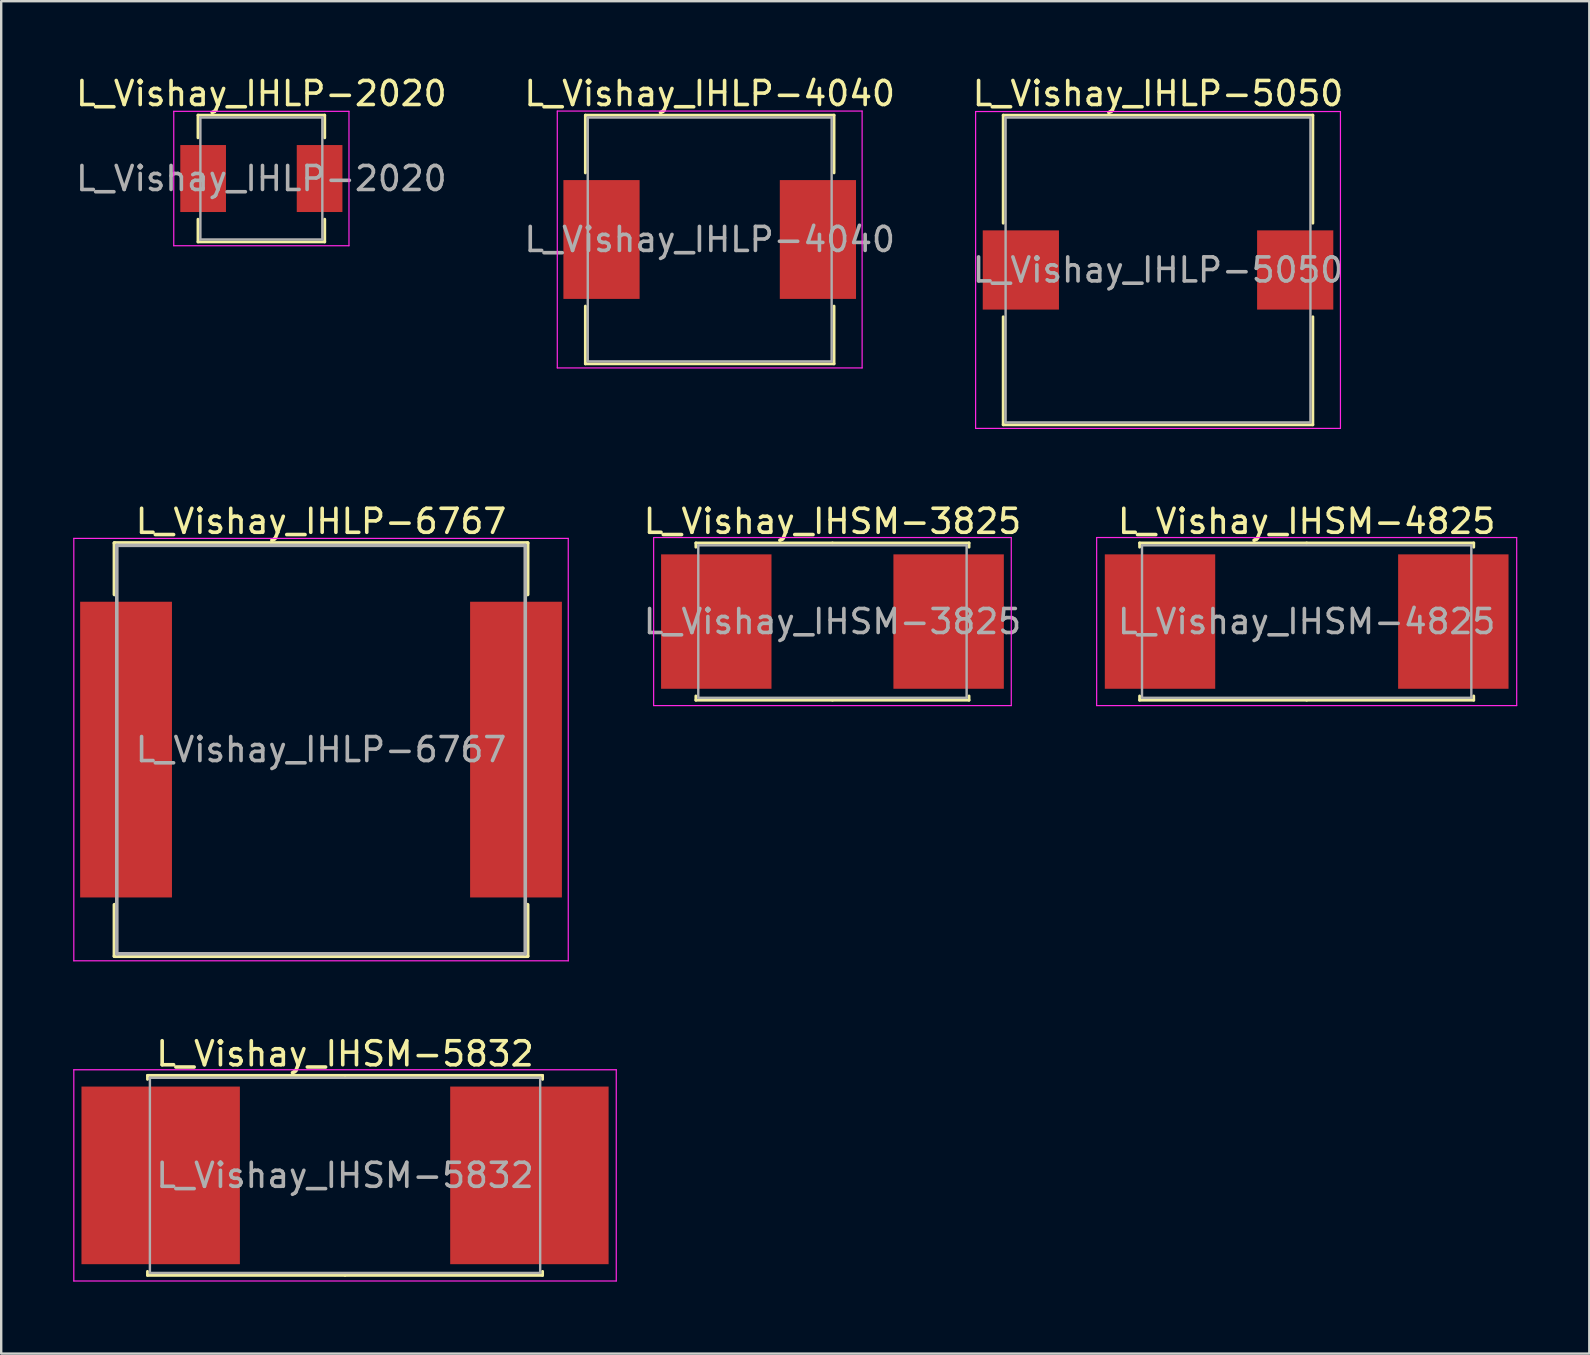
<source format=kicad_pcb>
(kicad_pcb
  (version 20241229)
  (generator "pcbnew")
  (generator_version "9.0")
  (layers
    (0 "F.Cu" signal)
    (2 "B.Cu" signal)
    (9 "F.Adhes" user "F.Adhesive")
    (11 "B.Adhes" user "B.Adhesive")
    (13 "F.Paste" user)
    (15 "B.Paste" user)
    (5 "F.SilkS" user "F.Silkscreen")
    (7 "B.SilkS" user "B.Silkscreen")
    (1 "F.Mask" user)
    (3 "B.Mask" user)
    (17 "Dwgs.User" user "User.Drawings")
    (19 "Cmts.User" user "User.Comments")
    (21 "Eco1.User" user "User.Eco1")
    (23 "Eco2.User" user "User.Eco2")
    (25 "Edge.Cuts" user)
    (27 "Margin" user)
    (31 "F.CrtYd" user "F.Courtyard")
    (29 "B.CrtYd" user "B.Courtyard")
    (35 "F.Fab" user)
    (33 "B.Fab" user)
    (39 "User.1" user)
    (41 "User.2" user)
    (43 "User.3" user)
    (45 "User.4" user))
  (footprint "L_Vishay_IHLP-6767"
    (layer "F.Cu")
    (at 10.325 28.18)
    (property "Reference" "L_Vishay_IHLP-6767" (at 0 -9.509 0) (layer "F.SilkS") (effects (font (size 1 1) (thickness 0.15))))
    (attr smd)
    (fp_line (start -8.609 -8.609) (end 8.609 -8.609) (stroke (width 0.15) (type solid)) (layer "F.SilkS"))
    (fp_line (start -8.609 -6.46) (end -8.609 -8.609) (stroke (width 0.15) (type solid)) (layer "F.SilkS"))
    (fp_line (start -8.609 6.46) (end -8.609 8.609) (stroke (width 0.15) (type solid)) (layer "F.SilkS"))
    (fp_line (start -8.609 8.609) (end 8.609 8.609) (stroke (width 0.15) (type solid)) (layer "F.SilkS"))
    (fp_line (start 8.609 -8.609) (end 8.609 -6.46) (stroke (width 0.15) (type solid)) (layer "F.SilkS"))
    (fp_line (start 8.609 8.609) (end 8.609 6.46) (stroke (width 0.15) (type solid)) (layer "F.SilkS"))
    (fp_line (start -10.3 -8.8) (end -10.3 8.8) (stroke (width 0.05) (type solid)) (layer "F.CrtYd"))
    (fp_line (start -10.3 8.8) (end 10.3 8.8) (stroke (width 0.05) (type solid)) (layer "F.CrtYd"))
    (fp_line (start 10.3 -8.8) (end -10.3 -8.8) (stroke (width 0.05) (type solid)) (layer "F.CrtYd"))
    (fp_line (start 10.3 8.8) (end 10.3 -8.8) (stroke (width 0.05) (type solid)) (layer "F.CrtYd"))
    (fp_line (start -8.509 -8.509) (end -8.509 8.509) (stroke (width 0.15) (type solid)) (layer "F.Fab"))
    (fp_line (start -8.509 8.509) (end 8.509 8.509) (stroke (width 0.15) (type solid)) (layer "F.Fab"))
    (fp_line (start 8.509 -8.509) (end -8.509 -8.509) (stroke (width 0.15) (type solid)) (layer "F.Fab"))
    (fp_line (start 8.509 8.509) (end 8.509 -8.509) (stroke (width 0.15) (type solid)) (layer "F.Fab"))
    (fp_text user "${REFERENCE}" (at 0 0 0) (layer "F.Fab") (effects (font (size 1 1) (thickness 0.15))))
    (pad "1" smd rect (at -8.123 0) (size 3.825 12.32) (layers "F.Cu" "F.Mask" "F.Paste"))
    (pad "2" smd rect (at 8.123 0) (size 3.825 12.32) (layers "F.Cu" "F.Mask" "F.Paste")))
  (footprint "L_Vishay_IHLP-4040"
    (layer "F.Cu")
    (at 26.518 6.928)
    (property "Reference" "L_Vishay_IHLP-4040" (at 0 -6.08 0) (layer "F.SilkS") (effects (font (size 1 1) (thickness 0.15))))
    (attr smd)
    (fp_line (start -5.18 -5.18) (end 5.18 -5.18) (stroke (width 0.12) (type solid)) (layer "F.SilkS"))
    (fp_line (start -5.18 -2.775) (end -5.18 -5.18) (stroke (width 0.12) (type solid)) (layer "F.SilkS"))
    (fp_line (start -5.18 2.775) (end -5.18 5.18) (stroke (width 0.12) (type solid)) (layer "F.SilkS"))
    (fp_line (start -5.18 5.18) (end 5.18 5.18) (stroke (width 0.12) (type solid)) (layer "F.SilkS"))
    (fp_line (start 5.18 -5.18) (end 5.18 -2.775) (stroke (width 0.12) (type solid)) (layer "F.SilkS"))
    (fp_line (start 5.18 5.18) (end 5.18 2.775) (stroke (width 0.12) (type solid)) (layer "F.SilkS"))
    (fp_line (start -6.35 -5.35) (end -6.35 5.35) (stroke (width 0.05) (type solid)) (layer "F.CrtYd"))
    (fp_line (start -6.35 5.35) (end 6.35 5.35) (stroke (width 0.05) (type solid)) (layer "F.CrtYd"))
    (fp_line (start 6.35 -5.35) (end -6.35 -5.35) (stroke (width 0.05) (type solid)) (layer "F.CrtYd"))
    (fp_line (start 6.35 5.35) (end 6.35 -5.35) (stroke (width 0.05) (type solid)) (layer "F.CrtYd"))
    (fp_line (start -5.08 -5.08) (end -5.08 5.08) (stroke (width 0.1) (type solid)) (layer "F.Fab"))
    (fp_line (start -5.08 5.08) (end 5.08 5.08) (stroke (width 0.1) (type solid)) (layer "F.Fab"))
    (fp_line (start 5.08 -5.08) (end -5.08 -5.08) (stroke (width 0.1) (type solid)) (layer "F.Fab"))
    (fp_line (start 5.08 5.08) (end 5.08 -5.08) (stroke (width 0.1) (type solid)) (layer "F.Fab"))
    (fp_text user "${REFERENCE}" (at 0 0 0) (layer "F.Fab") (effects (font (size 1 1) (thickness 0.15))))
    (pad "1" smd rect (at -4.508 0) (size 3.175 4.95) (layers "F.Cu" "F.Mask" "F.Paste"))
    (pad "2" smd rect (at 4.508 0) (size 3.175 4.95) (layers "F.Cu" "F.Mask" "F.Paste")))
  (footprint "L_Vishay_IHSM-5832"
    (layer "F.Cu")
    (at 11.325 45.919)
    (property "Reference" "L_Vishay_IHSM-5832" (at 0 -5.065 0) (layer "F.SilkS") (effects (font (size 1 1) (thickness 0.15))))
    (attr smd)
    (fp_line (start -8.23 -4.165) (end 0 -4.165) (stroke (width 0.12) (type solid)) (layer "F.SilkS"))
    (fp_line (start -8.23 -4) (end -8.23 -4.165) (stroke (width 0.12) (type solid)) (layer "F.SilkS"))
    (fp_line (start -8.23 4) (end -8.23 4.165) (stroke (width 0.12) (type solid)) (layer "F.SilkS"))
    (fp_line (start -8.23 4.165) (end 0 4.165) (stroke (width 0.12) (type solid)) (layer "F.SilkS"))
    (fp_line (start 8.23 -4.165) (end 0 -4.165) (stroke (width 0.12) (type solid)) (layer "F.SilkS"))
    (fp_line (start 8.23 -4) (end 8.23 -4.165) (stroke (width 0.12) (type solid)) (layer "F.SilkS"))
    (fp_line (start 8.23 4) (end 8.23 4.165) (stroke (width 0.12) (type solid)) (layer "F.SilkS"))
    (fp_line (start 8.23 4.165) (end 0 4.165) (stroke (width 0.12) (type solid)) (layer "F.SilkS"))
    (fp_line (start -11.3 -4.4) (end -11.3 4.4) (stroke (width 0.05) (type solid)) (layer "F.CrtYd"))
    (fp_line (start -11.3 4.4) (end 11.3 4.4) (stroke (width 0.05) (type solid)) (layer "F.CrtYd"))
    (fp_line (start 11.3 -4.4) (end -11.3 -4.4) (stroke (width 0.05) (type solid)) (layer "F.CrtYd"))
    (fp_line (start 11.3 4.4) (end 11.3 -4.4) (stroke (width 0.05) (type solid)) (layer "F.CrtYd"))
    (fp_line (start -8.13 -4.065) (end -8.13 4.065) (stroke (width 0.1) (type solid)) (layer "F.Fab"))
    (fp_line (start -8.13 4.065) (end 8.13 4.065) (stroke (width 0.1) (type solid)) (layer "F.Fab"))
    (fp_line (start 8.13 -4.065) (end -8.13 -4.065) (stroke (width 0.1) (type solid)) (layer "F.Fab"))
    (fp_line (start 8.13 4.065) (end 8.13 -4.065) (stroke (width 0.1) (type solid)) (layer "F.Fab"))
    (fp_text user "${REFERENCE}" (at 0 0 0) (layer "F.Fab") (effects (font (size 1 1) (thickness 0.15))))
    (pad "1" smd rect (at -7.681 0) (size 6.6 7.4) (layers "F.Cu" "F.Mask" "F.Paste"))
    (pad "2" smd rect (at 7.681 0) (size 6.6 7.4) (layers "F.Cu" "F.Mask" "F.Paste")))
  (footprint "L_Vishay_IHLP-5050"
    (layer "F.Cu")
    (at 45.196 8.198)
    (property "Reference" "L_Vishay_IHLP-5050" (at 0 -7.35 0) (layer "F.SilkS") (effects (font (size 1 1) (thickness 0.15))))
    (attr smd)
    (fp_line (start -6.45 -6.45) (end 6.45 -6.45) (stroke (width 0.12) (type solid)) (layer "F.SilkS"))
    (fp_line (start -6.45 -1.95) (end -6.45 -6.45) (stroke (width 0.12) (type solid)) (layer "F.SilkS"))
    (fp_line (start -6.45 1.95) (end -6.45 6.45) (stroke (width 0.12) (type solid)) (layer "F.SilkS"))
    (fp_line (start -6.45 6.45) (end 6.45 6.45) (stroke (width 0.12) (type solid)) (layer "F.SilkS"))
    (fp_line (start 6.45 -6.45) (end 6.45 -1.95) (stroke (width 0.12) (type solid)) (layer "F.SilkS"))
    (fp_line (start 6.45 6.45) (end 6.45 1.95) (stroke (width 0.12) (type solid)) (layer "F.SilkS"))
    (fp_line (start -7.6 -6.6) (end -7.6 6.6) (stroke (width 0.05) (type solid)) (layer "F.CrtYd"))
    (fp_line (start -7.6 6.6) (end 7.6 6.6) (stroke (width 0.05) (type solid)) (layer "F.CrtYd"))
    (fp_line (start 7.6 -6.6) (end -7.6 -6.6) (stroke (width 0.05) (type solid)) (layer "F.CrtYd"))
    (fp_line (start 7.6 6.6) (end 7.6 -6.6) (stroke (width 0.05) (type solid)) (layer "F.CrtYd"))
    (fp_line (start -6.35 -6.35) (end -6.35 6.35) (stroke (width 0.1) (type solid)) (layer "F.Fab"))
    (fp_line (start -6.35 6.35) (end 6.35 6.35) (stroke (width 0.1) (type solid)) (layer "F.Fab"))
    (fp_line (start 6.35 -6.35) (end -6.35 -6.35) (stroke (width 0.1) (type solid)) (layer "F.Fab"))
    (fp_line (start 6.35 6.35) (end 6.35 -6.35) (stroke (width 0.1) (type solid)) (layer "F.Fab"))
    (fp_text user "${REFERENCE}" (at 0 0 0) (layer "F.Fab") (effects (font (size 1 1) (thickness 0.15))))
    (pad "1" smd rect (at -5.715 0) (size 3.175 3.3) (layers "F.Cu" "F.Mask" "F.Paste"))
    (pad "2" smd rect (at 5.715 0) (size 3.175 3.3) (layers "F.Cu" "F.Mask" "F.Paste")))
  (footprint "L_Vishay_IHSM-4825"
    (layer "F.Cu")
    (at 51.389 22.846)
    (property "Reference" "L_Vishay_IHSM-4825" (at 0 -4.175 0) (layer "F.SilkS") (effects (font (size 1 1) (thickness 0.15))))
    (attr smd)
    (fp_line (start -6.96 -3.275) (end 0 -3.275) (stroke (width 0.12) (type solid)) (layer "F.SilkS"))
    (fp_line (start -6.96 -3.1) (end -6.96 -3.275) (stroke (width 0.12) (type solid)) (layer "F.SilkS"))
    (fp_line (start -6.96 3.1) (end -6.96 3.275) (stroke (width 0.12) (type solid)) (layer "F.SilkS"))
    (fp_line (start -6.96 3.275) (end 0 3.275) (stroke (width 0.12) (type solid)) (layer "F.SilkS"))
    (fp_line (start 6.96 -3.275) (end 0 -3.275) (stroke (width 0.12) (type solid)) (layer "F.SilkS"))
    (fp_line (start 6.96 -3.1) (end 6.96 -3.275) (stroke (width 0.12) (type solid)) (layer "F.SilkS"))
    (fp_line (start 6.96 3.1) (end 6.96 3.275) (stroke (width 0.12) (type solid)) (layer "F.SilkS"))
    (fp_line (start 6.96 3.275) (end 0 3.275) (stroke (width 0.12) (type solid)) (layer "F.SilkS"))
    (fp_line (start -8.75 -3.5) (end -8.75 3.5) (stroke (width 0.05) (type solid)) (layer "F.CrtYd"))
    (fp_line (start -8.75 3.5) (end 8.75 3.5) (stroke (width 0.05) (type solid)) (layer "F.CrtYd"))
    (fp_line (start 8.75 -3.5) (end -8.75 -3.5) (stroke (width 0.05) (type solid)) (layer "F.CrtYd"))
    (fp_line (start 8.75 3.5) (end 8.75 -3.5) (stroke (width 0.05) (type solid)) (layer "F.CrtYd"))
    (fp_line (start -6.86 -3.175) (end -6.86 3.175) (stroke (width 0.1) (type solid)) (layer "F.Fab"))
    (fp_line (start -6.86 3.175) (end 6.86 3.175) (stroke (width 0.1) (type solid)) (layer "F.Fab"))
    (fp_line (start 6.86 -3.175) (end -6.86 -3.175) (stroke (width 0.1) (type solid)) (layer "F.Fab"))
    (fp_line (start 6.86 3.175) (end 6.86 -3.175) (stroke (width 0.1) (type solid)) (layer "F.Fab"))
    (fp_text user "${REFERENCE}" (at 0 0 0) (layer "F.Fab") (effects (font (size 1 1) (thickness 0.15))))
    (pad "1" smd rect (at -6.11 0) (size 4.6 5.6) (layers "F.Cu" "F.Mask" "F.Paste"))
    (pad "2" smd rect (at 6.11 0) (size 4.6 5.6) (layers "F.Cu" "F.Mask" "F.Paste")))
  (footprint "L_Vishay_IHSM-3825"
    (layer "F.Cu")
    (at 31.632 22.846)
    (property "Reference" "L_Vishay_IHSM-3825" (at 0 -4.175 0) (layer "F.SilkS") (effects (font (size 1 1) (thickness 0.15))))
    (attr smd)
    (fp_line (start -5.69 -3.275) (end 0 -3.275) (stroke (width 0.12) (type solid)) (layer "F.SilkS"))
    (fp_line (start -5.69 -3.1) (end -5.69 -3.275) (stroke (width 0.12) (type solid)) (layer "F.SilkS"))
    (fp_line (start -5.69 3.1) (end -5.69 3.275) (stroke (width 0.12) (type solid)) (layer "F.SilkS"))
    (fp_line (start -5.69 3.275) (end 0 3.275) (stroke (width 0.12) (type solid)) (layer "F.SilkS"))
    (fp_line (start 5.69 -3.275) (end 0 -3.275) (stroke (width 0.12) (type solid)) (layer "F.SilkS"))
    (fp_line (start 5.69 -3.1) (end 5.69 -3.275) (stroke (width 0.12) (type solid)) (layer "F.SilkS"))
    (fp_line (start 5.69 3.1) (end 5.69 3.275) (stroke (width 0.12) (type solid)) (layer "F.SilkS"))
    (fp_line (start 5.69 3.275) (end 0 3.275) (stroke (width 0.12) (type solid)) (layer "F.SilkS"))
    (fp_line (start -7.45 -3.5) (end -7.45 3.5) (stroke (width 0.05) (type solid)) (layer "F.CrtYd"))
    (fp_line (start -7.45 3.5) (end 7.45 3.5) (stroke (width 0.05) (type solid)) (layer "F.CrtYd"))
    (fp_line (start 7.45 -3.5) (end -7.45 -3.5) (stroke (width 0.05) (type solid)) (layer "F.CrtYd"))
    (fp_line (start 7.45 3.5) (end 7.45 -3.5) (stroke (width 0.05) (type solid)) (layer "F.CrtYd"))
    (fp_line (start -5.59 -3.175) (end -5.59 3.175) (stroke (width 0.1) (type solid)) (layer "F.Fab"))
    (fp_line (start -5.59 3.175) (end 5.59 3.175) (stroke (width 0.1) (type solid)) (layer "F.Fab"))
    (fp_line (start 5.59 -3.175) (end -5.59 -3.175) (stroke (width 0.1) (type solid)) (layer "F.Fab"))
    (fp_line (start 5.59 3.175) (end 5.59 -3.175) (stroke (width 0.1) (type solid)) (layer "F.Fab"))
    (fp_text user "${REFERENCE}" (at 0 0 0) (layer "F.Fab") (effects (font (size 1 1) (thickness 0.15))))
    (pad "1" smd rect (at -4.84 0) (size 4.6 5.6) (layers "F.Cu" "F.Mask" "F.Paste"))
    (pad "2" smd rect (at 4.84 0) (size 4.6 5.6) (layers "F.Cu" "F.Mask" "F.Paste")))
  (footprint "L_Vishay_IHLP-2020"
    (layer "F.Cu")
    (at 7.839 4.388)
    (property "Reference" "L_Vishay_IHLP-2020" (at 0 -3.54 0) (layer "F.SilkS") (effects (font (size 1 1) (thickness 0.15))))
    (attr smd)
    (fp_line (start -2.64 -2.64) (end 2.64 -2.64) (stroke (width 0.12) (type solid)) (layer "F.SilkS"))
    (fp_line (start -2.64 -1.695) (end -2.64 -2.64) (stroke (width 0.12) (type solid)) (layer "F.SilkS"))
    (fp_line (start -2.64 1.695) (end -2.64 2.64) (stroke (width 0.12) (type solid)) (layer "F.SilkS"))
    (fp_line (start -2.64 2.64) (end 2.64 2.64) (stroke (width 0.12) (type solid)) (layer "F.SilkS"))
    (fp_line (start 2.64 -2.64) (end 2.64 -1.695) (stroke (width 0.12) (type solid)) (layer "F.SilkS"))
    (fp_line (start 2.64 2.64) (end 2.64 1.695) (stroke (width 0.12) (type solid)) (layer "F.SilkS"))
    (fp_line (start -3.65 -2.8) (end -3.65 2.8) (stroke (width 0.05) (type solid)) (layer "F.CrtYd"))
    (fp_line (start -3.65 2.8) (end 3.65 2.8) (stroke (width 0.05) (type solid)) (layer "F.CrtYd"))
    (fp_line (start 3.65 -2.8) (end -3.65 -2.8) (stroke (width 0.05) (type solid)) (layer "F.CrtYd"))
    (fp_line (start 3.65 2.8) (end 3.65 -2.8) (stroke (width 0.05) (type solid)) (layer "F.CrtYd"))
    (fp_line (start -2.54 -2.54) (end -2.54 2.54) (stroke (width 0.1) (type solid)) (layer "F.Fab"))
    (fp_line (start -2.54 2.54) (end 2.54 2.54) (stroke (width 0.1) (type solid)) (layer "F.Fab"))
    (fp_line (start 2.54 -2.54) (end -2.54 -2.54) (stroke (width 0.1) (type solid)) (layer "F.Fab"))
    (fp_line (start 2.54 2.54) (end 2.54 -2.54) (stroke (width 0.1) (type solid)) (layer "F.Fab"))
    (fp_text user "${REFERENCE}" (at 0 0 0) (layer "F.Fab") (effects (font (size 1 1) (thickness 0.15))))
    (pad "1" smd rect (at -2.426 0) (size 1.903 2.79) (layers "F.Cu" "F.Mask" "F.Paste"))
    (pad "2" smd rect (at 2.426 0) (size 1.903 2.79) (layers "F.Cu" "F.Mask" "F.Paste")))
  (gr_rect
    (start -3 -3)
    (end 63.164 53.344)
    (stroke (width 0.1) (type default))
    (fill no)
    (layer "Edge.Cuts")))
</source>
